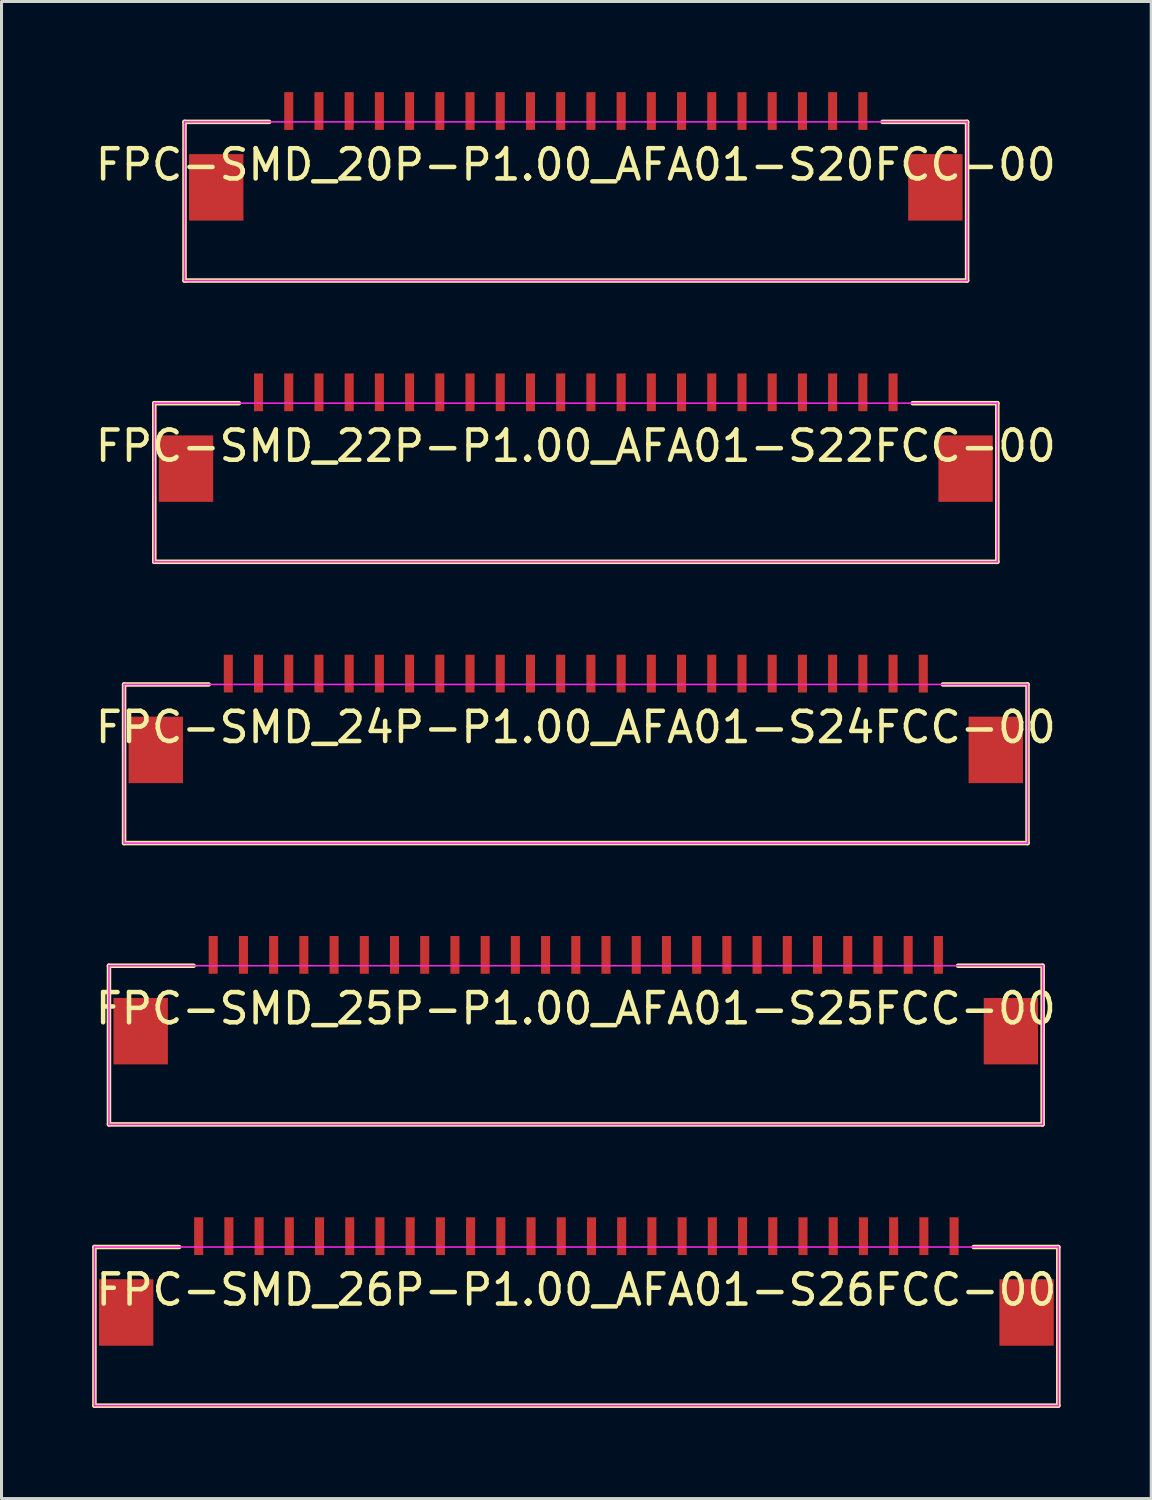
<source format=kicad_pcb>
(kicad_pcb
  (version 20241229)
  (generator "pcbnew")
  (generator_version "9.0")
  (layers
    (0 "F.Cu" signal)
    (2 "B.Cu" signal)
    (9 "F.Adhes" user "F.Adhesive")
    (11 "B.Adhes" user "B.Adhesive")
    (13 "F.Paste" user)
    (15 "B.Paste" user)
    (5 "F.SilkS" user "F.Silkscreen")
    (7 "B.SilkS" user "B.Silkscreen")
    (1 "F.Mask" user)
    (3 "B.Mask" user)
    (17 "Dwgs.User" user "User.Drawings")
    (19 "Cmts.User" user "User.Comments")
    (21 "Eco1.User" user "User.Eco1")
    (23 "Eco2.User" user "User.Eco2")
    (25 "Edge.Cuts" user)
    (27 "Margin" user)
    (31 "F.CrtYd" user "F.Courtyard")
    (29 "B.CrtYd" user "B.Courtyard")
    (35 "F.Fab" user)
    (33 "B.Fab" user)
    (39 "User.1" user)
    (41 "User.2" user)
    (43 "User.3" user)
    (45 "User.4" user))
  (footprint "FPC-SMD_25P-P1.00_AFA01-S25FCC-00"
    (layer "F.Cu")
    (at 16.006 28.552)
    (property "Reference" "FPC-SMD_25P-P1.00_AFA01-S25FCC-00" (at 0 1.775 0) (layer "F.SilkS") (effects (font (size 1 1) (thickness 0.15))))
    (fp_line (start -15.45 0.359) (end -15.45 5.609) (stroke (width 0.15) (type default)) (layer "F.SilkS"))
    (fp_line (start -15.45 0.359) (end -12.65 0.359) (stroke (width 0.15) (type default)) (layer "F.SilkS"))
    (fp_line (start -15.45 5.609) (end 15.45 5.609) (stroke (width 0.15) (type default)) (layer "F.SilkS"))
    (fp_line (start 15.45 0.359) (end 12.65 0.359) (stroke (width 0.15) (type default)) (layer "F.SilkS"))
    (fp_line (start 15.45 0.359) (end 15.45 5.609) (stroke (width 0.15) (type default)) (layer "F.SilkS"))
    (fp_line (start -15.45 0.359) (end -15.45 5.609) (stroke (width 0.05) (type default)) (layer "F.CrtYd"))
    (fp_line (start -15.45 0.359) (end 15.45 0.359) (stroke (width 0.05) (type default)) (layer "F.CrtYd"))
    (fp_line (start -15.45 5.609) (end 15.45 5.609) (stroke (width 0.05) (type default)) (layer "F.CrtYd"))
    (fp_line (start 15.45 0.359) (end 15.45 5.609) (stroke (width 0.05) (type default)) (layer "F.CrtYd"))
    (pad "1" smd rect (at -12 0) (size 0.3 1.25) (layers "F.Cu" "F.Mask" "F.Paste"))
    (pad "2" smd rect (at -11 0) (size 0.3 1.25) (layers "F.Cu" "F.Mask" "F.Paste"))
    (pad "3" smd rect (at -10 0) (size 0.3 1.25) (layers "F.Cu" "F.Mask" "F.Paste"))
    (pad "4" smd rect (at -9 0) (size 0.3 1.25) (layers "F.Cu" "F.Mask" "F.Paste"))
    (pad "5" smd rect (at -8 0) (size 0.3 1.25) (layers "F.Cu" "F.Mask" "F.Paste"))
    (pad "6" smd rect (at -7 0) (size 0.3 1.25) (layers "F.Cu" "F.Mask" "F.Paste"))
    (pad "7" smd rect (at -6 0) (size 0.3 1.25) (layers "F.Cu" "F.Mask" "F.Paste"))
    (pad "8" smd rect (at -5 0) (size 0.3 1.25) (layers "F.Cu" "F.Mask" "F.Paste"))
    (pad "9" smd rect (at -4 0) (size 0.3 1.25) (layers "F.Cu" "F.Mask" "F.Paste"))
    (pad "10" smd rect (at -3 0) (size 0.3 1.25) (layers "F.Cu" "F.Mask" "F.Paste"))
    (pad "11" smd rect (at -2 0) (size 0.3 1.25) (layers "F.Cu" "F.Mask" "F.Paste"))
    (pad "12" smd rect (at -1 0) (size 0.3 1.25) (layers "F.Cu" "F.Mask" "F.Paste"))
    (pad "13" smd rect (at 0 0) (size 0.3 1.25) (layers "F.Cu" "F.Mask" "F.Paste"))
    (pad "14" smd rect (at 1 0) (size 0.3 1.25) (layers "F.Cu" "F.Mask" "F.Paste"))
    (pad "15" smd rect (at 2 0) (size 0.3 1.25) (layers "F.Cu" "F.Mask" "F.Paste"))
    (pad "16" smd rect (at 3 0) (size 0.3 1.25) (layers "F.Cu" "F.Mask" "F.Paste"))
    (pad "17" smd rect (at 4 0) (size 0.3 1.25) (layers "F.Cu" "F.Mask" "F.Paste"))
    (pad "18" smd rect (at 5 0) (size 0.3 1.25) (layers "F.Cu" "F.Mask" "F.Paste"))
    (pad "19" smd rect (at 6 0) (size 0.3 1.25) (layers "F.Cu" "F.Mask" "F.Paste"))
    (pad "20" smd rect (at 7 0) (size 0.3 1.25) (layers "F.Cu" "F.Mask" "F.Paste"))
    (pad "21" smd rect (at 8 0) (size 0.3 1.25) (layers "F.Cu" "F.Mask" "F.Paste"))
    (pad "22" smd rect (at 9 0) (size 0.3 1.25) (layers "F.Cu" "F.Mask" "F.Paste"))
    (pad "23" smd rect (at 10 0) (size 0.3 1.25) (layers "F.Cu" "F.Mask" "F.Paste"))
    (pad "24" smd rect (at 11 0) (size 0.3 1.25) (layers "F.Cu" "F.Mask" "F.Paste"))
    (pad "25" smd rect (at 12 0) (size 0.3 1.25) (layers "F.Cu" "F.Mask" "F.Paste"))
    (pad "26" smd rect (at -14.4 2.525) (size 1.8 2.2) (layers "F.Cu" "F.Mask" "F.Paste"))
    (pad "27" smd rect (at 14.4 2.525) (size 1.8 2.2) (layers "F.Cu" "F.Mask" "F.Paste")))
  (footprint "FPC-SMD_22P-P1.00_AFA01-S22FCC-00"
    (layer "F.Cu")
    (at 16.006 9.934)
    (property "Reference" "FPC-SMD_22P-P1.00_AFA01-S22FCC-00" (at 0 1.775 0) (layer "F.SilkS") (effects (font (size 1 1) (thickness 0.15))))
    (fp_line (start -13.95 0.359) (end -13.95 5.609) (stroke (width 0.15) (type default)) (layer "F.SilkS"))
    (fp_line (start -13.95 0.359) (end -11.15 0.359) (stroke (width 0.15) (type default)) (layer "F.SilkS"))
    (fp_line (start -13.95 5.609) (end 13.95 5.609) (stroke (width 0.15) (type default)) (layer "F.SilkS"))
    (fp_line (start 13.95 0.359) (end 11.15 0.359) (stroke (width 0.15) (type default)) (layer "F.SilkS"))
    (fp_line (start 13.95 0.359) (end 13.95 5.609) (stroke (width 0.15) (type default)) (layer "F.SilkS"))
    (fp_line (start -13.95 0.359) (end -13.95 5.609) (stroke (width 0.05) (type default)) (layer "F.CrtYd"))
    (fp_line (start -13.95 0.359) (end 13.95 0.359) (stroke (width 0.05) (type default)) (layer "F.CrtYd"))
    (fp_line (start -13.95 5.609) (end 13.95 5.609) (stroke (width 0.05) (type default)) (layer "F.CrtYd"))
    (fp_line (start 13.95 0.359) (end 13.95 5.609) (stroke (width 0.05) (type default)) (layer "F.CrtYd"))
    (pad "1" smd rect (at -10.5 0) (size 0.3 1.25) (layers "F.Cu" "F.Mask" "F.Paste"))
    (pad "2" smd rect (at -9.5 0) (size 0.3 1.25) (layers "F.Cu" "F.Mask" "F.Paste"))
    (pad "3" smd rect (at -8.5 0) (size 0.3 1.25) (layers "F.Cu" "F.Mask" "F.Paste"))
    (pad "4" smd rect (at -7.5 0) (size 0.3 1.25) (layers "F.Cu" "F.Mask" "F.Paste"))
    (pad "5" smd rect (at -6.5 0) (size 0.3 1.25) (layers "F.Cu" "F.Mask" "F.Paste"))
    (pad "6" smd rect (at -5.5 0) (size 0.3 1.25) (layers "F.Cu" "F.Mask" "F.Paste"))
    (pad "7" smd rect (at -4.5 0) (size 0.3 1.25) (layers "F.Cu" "F.Mask" "F.Paste"))
    (pad "8" smd rect (at -3.5 0) (size 0.3 1.25) (layers "F.Cu" "F.Mask" "F.Paste"))
    (pad "9" smd rect (at -2.5 0) (size 0.3 1.25) (layers "F.Cu" "F.Mask" "F.Paste"))
    (pad "10" smd rect (at -1.5 0) (size 0.3 1.25) (layers "F.Cu" "F.Mask" "F.Paste"))
    (pad "11" smd rect (at -0.5 0) (size 0.3 1.25) (layers "F.Cu" "F.Mask" "F.Paste"))
    (pad "12" smd rect (at 0.5 0) (size 0.3 1.25) (layers "F.Cu" "F.Mask" "F.Paste"))
    (pad "13" smd rect (at 1.5 0) (size 0.3 1.25) (layers "F.Cu" "F.Mask" "F.Paste"))
    (pad "14" smd rect (at 2.5 0) (size 0.3 1.25) (layers "F.Cu" "F.Mask" "F.Paste"))
    (pad "15" smd rect (at 3.5 0) (size 0.3 1.25) (layers "F.Cu" "F.Mask" "F.Paste"))
    (pad "16" smd rect (at 4.5 0) (size 0.3 1.25) (layers "F.Cu" "F.Mask" "F.Paste"))
    (pad "17" smd rect (at 5.5 0) (size 0.3 1.25) (layers "F.Cu" "F.Mask" "F.Paste"))
    (pad "18" smd rect (at 6.5 0) (size 0.3 1.25) (layers "F.Cu" "F.Mask" "F.Paste"))
    (pad "19" smd rect (at 7.5 0) (size 0.3 1.25) (layers "F.Cu" "F.Mask" "F.Paste"))
    (pad "20" smd rect (at 8.5 0) (size 0.3 1.25) (layers "F.Cu" "F.Mask" "F.Paste"))
    (pad "21" smd rect (at 9.5 0) (size 0.3 1.25) (layers "F.Cu" "F.Mask" "F.Paste"))
    (pad "22" smd rect (at 10.5 0) (size 0.3 1.25) (layers "F.Cu" "F.Mask" "F.Paste"))
    (pad "23" smd rect (at -12.9 2.525) (size 1.8 2.2) (layers "F.Cu" "F.Mask" "F.Paste"))
    (pad "24" smd rect (at 12.9 2.525) (size 1.8 2.2) (layers "F.Cu" "F.Mask" "F.Paste")))
  (footprint "FPC-SMD_20P-P1.00_AFA01-S20FCC-00"
    (layer "F.Cu")
    (at 16.006 0.625)
    (property "Reference" "FPC-SMD_20P-P1.00_AFA01-S20FCC-00" (at 0 1.775 0) (layer "F.SilkS") (effects (font (size 1 1) (thickness 0.15))))
    (fp_line (start -12.95 0.359) (end -12.95 5.609) (stroke (width 0.15) (type default)) (layer "F.SilkS"))
    (fp_line (start -12.95 0.359) (end -10.15 0.359) (stroke (width 0.15) (type default)) (layer "F.SilkS"))
    (fp_line (start -12.95 5.609) (end 12.95 5.609) (stroke (width 0.15) (type default)) (layer "F.SilkS"))
    (fp_line (start 12.95 0.359) (end 10.15 0.359) (stroke (width 0.15) (type default)) (layer "F.SilkS"))
    (fp_line (start 12.95 0.359) (end 12.95 5.609) (stroke (width 0.15) (type default)) (layer "F.SilkS"))
    (fp_line (start -12.95 0.359) (end -12.95 5.609) (stroke (width 0.05) (type default)) (layer "F.CrtYd"))
    (fp_line (start -12.95 0.359) (end 12.95 0.359) (stroke (width 0.05) (type default)) (layer "F.CrtYd"))
    (fp_line (start -12.95 5.609) (end 12.95 5.609) (stroke (width 0.05) (type default)) (layer "F.CrtYd"))
    (fp_line (start 12.95 0.359) (end 12.95 5.609) (stroke (width 0.05) (type default)) (layer "F.CrtYd"))
    (pad "1" smd rect (at -9.5 0) (size 0.3 1.25) (layers "F.Cu" "F.Mask" "F.Paste"))
    (pad "2" smd rect (at -8.5 0) (size 0.3 1.25) (layers "F.Cu" "F.Mask" "F.Paste"))
    (pad "3" smd rect (at -7.5 0) (size 0.3 1.25) (layers "F.Cu" "F.Mask" "F.Paste"))
    (pad "4" smd rect (at -6.5 0) (size 0.3 1.25) (layers "F.Cu" "F.Mask" "F.Paste"))
    (pad "5" smd rect (at -5.5 0) (size 0.3 1.25) (layers "F.Cu" "F.Mask" "F.Paste"))
    (pad "6" smd rect (at -4.5 0) (size 0.3 1.25) (layers "F.Cu" "F.Mask" "F.Paste"))
    (pad "7" smd rect (at -3.5 0) (size 0.3 1.25) (layers "F.Cu" "F.Mask" "F.Paste"))
    (pad "8" smd rect (at -2.5 0) (size 0.3 1.25) (layers "F.Cu" "F.Mask" "F.Paste"))
    (pad "9" smd rect (at -1.5 0) (size 0.3 1.25) (layers "F.Cu" "F.Mask" "F.Paste"))
    (pad "10" smd rect (at -0.5 0) (size 0.3 1.25) (layers "F.Cu" "F.Mask" "F.Paste"))
    (pad "11" smd rect (at 0.5 0) (size 0.3 1.25) (layers "F.Cu" "F.Mask" "F.Paste"))
    (pad "12" smd rect (at 1.5 0) (size 0.3 1.25) (layers "F.Cu" "F.Mask" "F.Paste"))
    (pad "13" smd rect (at 2.5 0) (size 0.3 1.25) (layers "F.Cu" "F.Mask" "F.Paste"))
    (pad "14" smd rect (at 3.5 0) (size 0.3 1.25) (layers "F.Cu" "F.Mask" "F.Paste"))
    (pad "15" smd rect (at 4.5 0) (size 0.3 1.25) (layers "F.Cu" "F.Mask" "F.Paste"))
    (pad "16" smd rect (at 5.5 0) (size 0.3 1.25) (layers "F.Cu" "F.Mask" "F.Paste"))
    (pad "17" smd rect (at 6.5 0) (size 0.3 1.25) (layers "F.Cu" "F.Mask" "F.Paste"))
    (pad "18" smd rect (at 7.5 0) (size 0.3 1.25) (layers "F.Cu" "F.Mask" "F.Paste"))
    (pad "19" smd rect (at 8.5 0) (size 0.3 1.25) (layers "F.Cu" "F.Mask" "F.Paste"))
    (pad "20" smd rect (at 9.5 0) (size 0.3 1.25) (layers "F.Cu" "F.Mask" "F.Paste"))
    (pad "21" smd rect (at -11.9 2.525) (size 1.8 2.2) (layers "F.Cu" "F.Mask" "F.Paste"))
    (pad "22" smd rect (at 11.9 2.525) (size 1.8 2.2) (layers "F.Cu" "F.Mask" "F.Paste")))
  (footprint "FPC-SMD_26P-P1.00_AFA01-S26FCC-00"
    (layer "F.Cu")
    (at 16.025 37.861)
    (property "Reference" "FPC-SMD_26P-P1.00_AFA01-S26FCC-00" (at 0 1.775 0) (layer "F.SilkS") (effects (font (size 1 1) (thickness 0.15))))
    (fp_line (start -15.95 0.359) (end -15.95 5.609) (stroke (width 0.15) (type default)) (layer "F.SilkS"))
    (fp_line (start -15.95 0.359) (end -13.15 0.359) (stroke (width 0.15) (type default)) (layer "F.SilkS"))
    (fp_line (start -15.95 5.609) (end 15.95 5.609) (stroke (width 0.15) (type default)) (layer "F.SilkS"))
    (fp_line (start 15.95 0.359) (end 13.15 0.359) (stroke (width 0.15) (type default)) (layer "F.SilkS"))
    (fp_line (start 15.95 0.359) (end 15.95 5.609) (stroke (width 0.15) (type default)) (layer "F.SilkS"))
    (fp_line (start -15.95 0.359) (end -15.95 5.609) (stroke (width 0.05) (type default)) (layer "F.CrtYd"))
    (fp_line (start -15.95 0.359) (end 15.95 0.359) (stroke (width 0.05) (type default)) (layer "F.CrtYd"))
    (fp_line (start -15.95 5.609) (end 15.95 5.609) (stroke (width 0.05) (type default)) (layer "F.CrtYd"))
    (fp_line (start 15.95 0.359) (end 15.95 5.609) (stroke (width 0.05) (type default)) (layer "F.CrtYd"))
    (pad "1" smd rect (at -12.5 0) (size 0.3 1.25) (layers "F.Cu" "F.Mask" "F.Paste"))
    (pad "2" smd rect (at -11.5 0) (size 0.3 1.25) (layers "F.Cu" "F.Mask" "F.Paste"))
    (pad "3" smd rect (at -10.5 0) (size 0.3 1.25) (layers "F.Cu" "F.Mask" "F.Paste"))
    (pad "4" smd rect (at -9.5 0) (size 0.3 1.25) (layers "F.Cu" "F.Mask" "F.Paste"))
    (pad "5" smd rect (at -8.5 0) (size 0.3 1.25) (layers "F.Cu" "F.Mask" "F.Paste"))
    (pad "6" smd rect (at -7.5 0) (size 0.3 1.25) (layers "F.Cu" "F.Mask" "F.Paste"))
    (pad "7" smd rect (at -6.5 0) (size 0.3 1.25) (layers "F.Cu" "F.Mask" "F.Paste"))
    (pad "8" smd rect (at -5.5 0) (size 0.3 1.25) (layers "F.Cu" "F.Mask" "F.Paste"))
    (pad "9" smd rect (at -4.5 0) (size 0.3 1.25) (layers "F.Cu" "F.Mask" "F.Paste"))
    (pad "10" smd rect (at -3.5 0) (size 0.3 1.25) (layers "F.Cu" "F.Mask" "F.Paste"))
    (pad "11" smd rect (at -2.5 0) (size 0.3 1.25) (layers "F.Cu" "F.Mask" "F.Paste"))
    (pad "12" smd rect (at -1.5 0) (size 0.3 1.25) (layers "F.Cu" "F.Mask" "F.Paste"))
    (pad "13" smd rect (at -0.5 0) (size 0.3 1.25) (layers "F.Cu" "F.Mask" "F.Paste"))
    (pad "14" smd rect (at 0.5 0) (size 0.3 1.25) (layers "F.Cu" "F.Mask" "F.Paste"))
    (pad "15" smd rect (at 1.5 0) (size 0.3 1.25) (layers "F.Cu" "F.Mask" "F.Paste"))
    (pad "16" smd rect (at 2.5 0) (size 0.3 1.25) (layers "F.Cu" "F.Mask" "F.Paste"))
    (pad "17" smd rect (at 3.5 0) (size 0.3 1.25) (layers "F.Cu" "F.Mask" "F.Paste"))
    (pad "18" smd rect (at 4.5 0) (size 0.3 1.25) (layers "F.Cu" "F.Mask" "F.Paste"))
    (pad "19" smd rect (at 5.5 0) (size 0.3 1.25) (layers "F.Cu" "F.Mask" "F.Paste"))
    (pad "20" smd rect (at 6.5 0) (size 0.3 1.25) (layers "F.Cu" "F.Mask" "F.Paste"))
    (pad "21" smd rect (at 7.5 0) (size 0.3 1.25) (layers "F.Cu" "F.Mask" "F.Paste"))
    (pad "22" smd rect (at 8.5 0) (size 0.3 1.25) (layers "F.Cu" "F.Mask" "F.Paste"))
    (pad "23" smd rect (at 9.5 0) (size 0.3 1.25) (layers "F.Cu" "F.Mask" "F.Paste"))
    (pad "24" smd rect (at 10.5 0) (size 0.3 1.25) (layers "F.Cu" "F.Mask" "F.Paste"))
    (pad "25" smd rect (at 11.5 0) (size 0.3 1.25) (layers "F.Cu" "F.Mask" "F.Paste"))
    (pad "26" smd rect (at 12.5 0) (size 0.3 1.25) (layers "F.Cu" "F.Mask" "F.Paste"))
    (pad "27" smd rect (at -14.9 2.525) (size 1.8 2.2) (layers "F.Cu" "F.Mask" "F.Paste"))
    (pad "28" smd rect (at 14.9 2.525) (size 1.8 2.2) (layers "F.Cu" "F.Mask" "F.Paste")))
  (footprint "FPC-SMD_24P-P1.00_AFA01-S24FCC-00"
    (layer "F.Cu")
    (at 16.006 19.243)
    (property "Reference" "FPC-SMD_24P-P1.00_AFA01-S24FCC-00" (at 0 1.775 0) (layer "F.SilkS") (effects (font (size 1 1) (thickness 0.15))))
    (fp_line (start -14.95 0.359) (end -14.95 5.609) (stroke (width 0.15) (type default)) (layer "F.SilkS"))
    (fp_line (start -14.95 0.359) (end -12.15 0.359) (stroke (width 0.15) (type default)) (layer "F.SilkS"))
    (fp_line (start -14.95 5.609) (end 14.95 5.609) (stroke (width 0.15) (type default)) (layer "F.SilkS"))
    (fp_line (start 14.95 0.359) (end 12.15 0.359) (stroke (width 0.15) (type default)) (layer "F.SilkS"))
    (fp_line (start 14.95 0.359) (end 14.95 5.609) (stroke (width 0.15) (type default)) (layer "F.SilkS"))
    (fp_line (start -14.95 0.359) (end -14.95 5.609) (stroke (width 0.05) (type default)) (layer "F.CrtYd"))
    (fp_line (start -14.95 0.359) (end 14.95 0.359) (stroke (width 0.05) (type default)) (layer "F.CrtYd"))
    (fp_line (start -14.95 5.609) (end 14.95 5.609) (stroke (width 0.05) (type default)) (layer "F.CrtYd"))
    (fp_line (start 14.95 0.359) (end 14.95 5.609) (stroke (width 0.05) (type default)) (layer "F.CrtYd"))
    (pad "1" smd rect (at -11.5 0) (size 0.3 1.25) (layers "F.Cu" "F.Mask" "F.Paste"))
    (pad "2" smd rect (at -10.5 0) (size 0.3 1.25) (layers "F.Cu" "F.Mask" "F.Paste"))
    (pad "3" smd rect (at -9.5 0) (size 0.3 1.25) (layers "F.Cu" "F.Mask" "F.Paste"))
    (pad "4" smd rect (at -8.5 0) (size 0.3 1.25) (layers "F.Cu" "F.Mask" "F.Paste"))
    (pad "5" smd rect (at -7.5 0) (size 0.3 1.25) (layers "F.Cu" "F.Mask" "F.Paste"))
    (pad "6" smd rect (at -6.5 0) (size 0.3 1.25) (layers "F.Cu" "F.Mask" "F.Paste"))
    (pad "7" smd rect (at -5.5 0) (size 0.3 1.25) (layers "F.Cu" "F.Mask" "F.Paste"))
    (pad "8" smd rect (at -4.5 0) (size 0.3 1.25) (layers "F.Cu" "F.Mask" "F.Paste"))
    (pad "9" smd rect (at -3.5 0) (size 0.3 1.25) (layers "F.Cu" "F.Mask" "F.Paste"))
    (pad "10" smd rect (at -2.5 0) (size 0.3 1.25) (layers "F.Cu" "F.Mask" "F.Paste"))
    (pad "11" smd rect (at -1.5 0) (size 0.3 1.25) (layers "F.Cu" "F.Mask" "F.Paste"))
    (pad "12" smd rect (at -0.5 0) (size 0.3 1.25) (layers "F.Cu" "F.Mask" "F.Paste"))
    (pad "13" smd rect (at 0.5 0) (size 0.3 1.25) (layers "F.Cu" "F.Mask" "F.Paste"))
    (pad "14" smd rect (at 1.5 0) (size 0.3 1.25) (layers "F.Cu" "F.Mask" "F.Paste"))
    (pad "15" smd rect (at 2.5 0) (size 0.3 1.25) (layers "F.Cu" "F.Mask" "F.Paste"))
    (pad "16" smd rect (at 3.5 0) (size 0.3 1.25) (layers "F.Cu" "F.Mask" "F.Paste"))
    (pad "17" smd rect (at 4.5 0) (size 0.3 1.25) (layers "F.Cu" "F.Mask" "F.Paste"))
    (pad "18" smd rect (at 5.5 0) (size 0.3 1.25) (layers "F.Cu" "F.Mask" "F.Paste"))
    (pad "19" smd rect (at 6.5 0) (size 0.3 1.25) (layers "F.Cu" "F.Mask" "F.Paste"))
    (pad "20" smd rect (at 7.5 0) (size 0.3 1.25) (layers "F.Cu" "F.Mask" "F.Paste"))
    (pad "21" smd rect (at 8.5 0) (size 0.3 1.25) (layers "F.Cu" "F.Mask" "F.Paste"))
    (pad "22" smd rect (at 9.5 0) (size 0.3 1.25) (layers "F.Cu" "F.Mask" "F.Paste"))
    (pad "23" smd rect (at 10.5 0) (size 0.3 1.25) (layers "F.Cu" "F.Mask" "F.Paste"))
    (pad "24" smd rect (at 11.5 0) (size 0.3 1.25) (layers "F.Cu" "F.Mask" "F.Paste"))
    (pad "25" smd rect (at -13.9 2.525) (size 1.8 2.2) (layers "F.Cu" "F.Mask" "F.Paste"))
    (pad "26" smd rect (at 13.9 2.525) (size 1.8 2.2) (layers "F.Cu" "F.Mask" "F.Paste")))
  (gr_rect
    (start -3 -3)
    (end 35.05 46.545)
    (stroke (width 0.1) (type default))
    (fill no)
    (layer "Edge.Cuts")))
</source>
